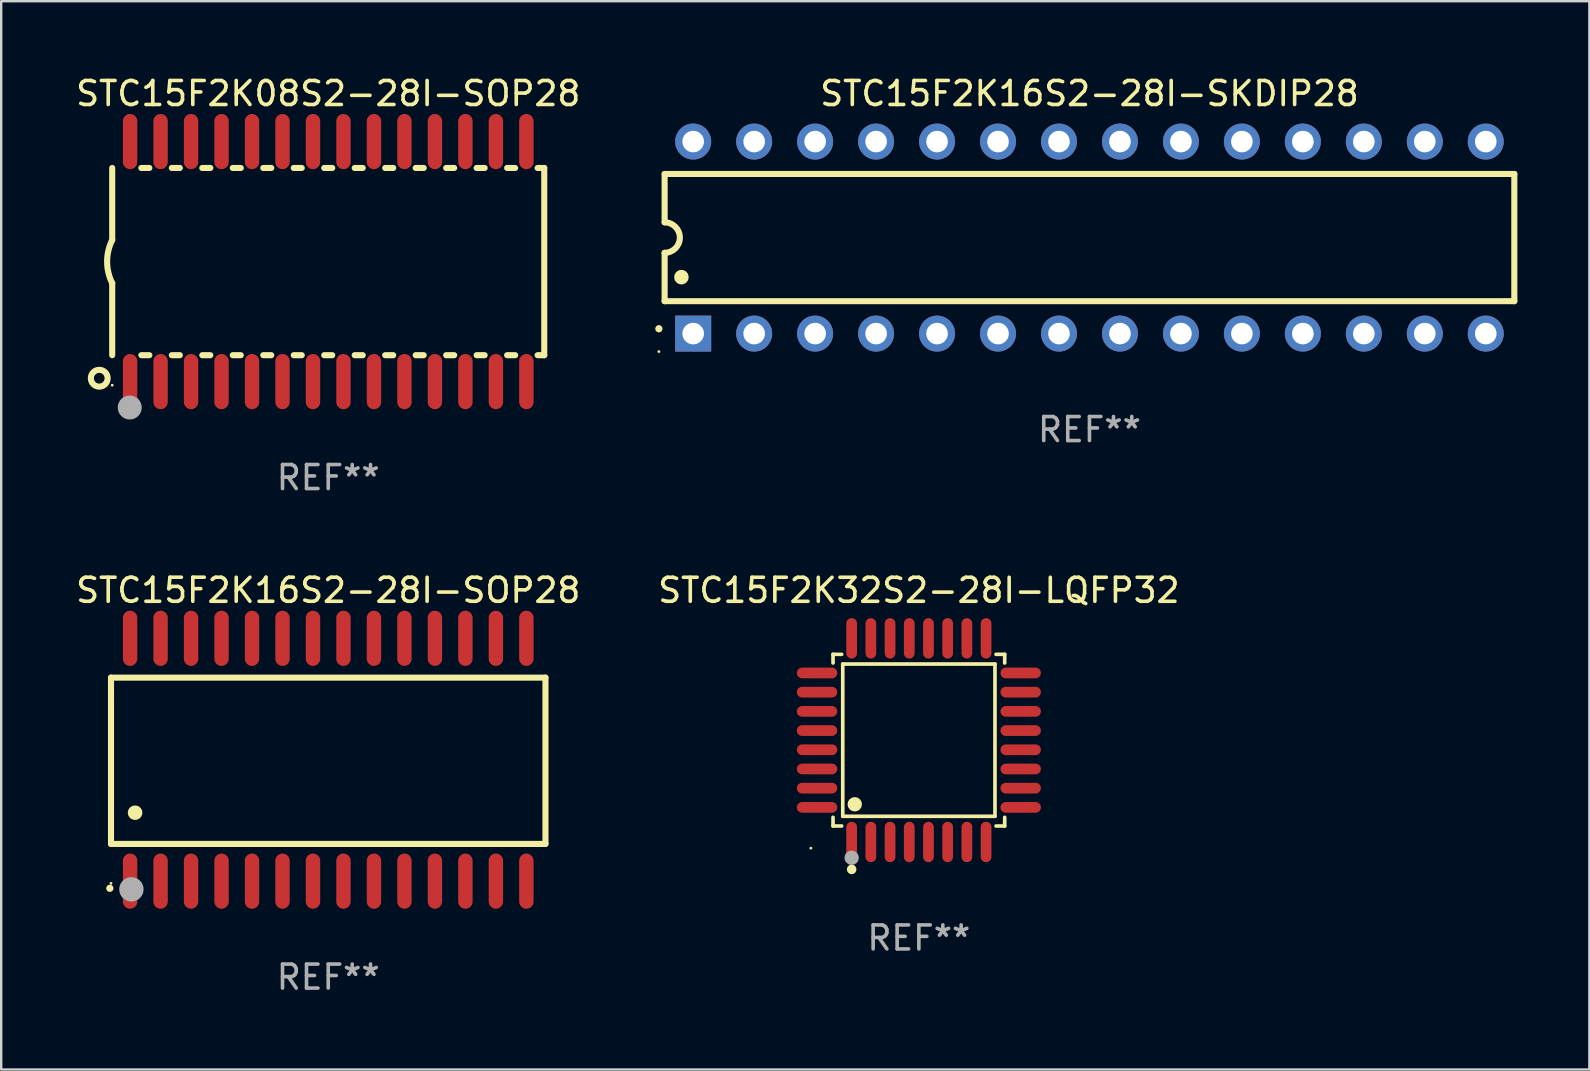
<source format=kicad_pcb>
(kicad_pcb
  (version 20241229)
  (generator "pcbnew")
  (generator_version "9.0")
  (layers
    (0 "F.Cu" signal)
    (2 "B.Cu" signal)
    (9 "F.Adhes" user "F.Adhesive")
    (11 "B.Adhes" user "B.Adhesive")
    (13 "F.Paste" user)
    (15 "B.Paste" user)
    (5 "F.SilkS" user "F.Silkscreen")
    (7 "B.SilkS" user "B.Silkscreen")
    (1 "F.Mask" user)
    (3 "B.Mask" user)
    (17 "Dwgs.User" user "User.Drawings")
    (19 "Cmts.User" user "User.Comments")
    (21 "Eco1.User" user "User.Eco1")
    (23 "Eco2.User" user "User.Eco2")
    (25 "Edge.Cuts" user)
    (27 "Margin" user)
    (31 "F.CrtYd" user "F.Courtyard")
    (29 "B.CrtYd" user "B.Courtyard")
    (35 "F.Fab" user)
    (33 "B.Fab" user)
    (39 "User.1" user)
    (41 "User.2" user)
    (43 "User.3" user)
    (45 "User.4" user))
  (footprint "STC15F2K16S2-28I-SKDIP28"
    (layer "F.Cu")
    (at 42.34 6.848)
    (property "Reference" "STC15F2K16S2-28I-SKDIP28" (at 0 -6 0) (layer "F.SilkS") (effects (font (size 1 1) (thickness 0.15))))
    (attr through_hole)
    (fp_line (start -17.7 -2.65) (end 17.7 -2.65) (stroke (width 0.254) (type solid)) (layer "F.SilkS"))
    (fp_line (start -17.7 -0.635) (end -17.7 -2.65) (stroke (width 0.254) (type solid)) (layer "F.SilkS"))
    (fp_line (start -17.7 2.65) (end -17.7 0.635) (stroke (width 0.254) (type solid)) (layer "F.SilkS"))
    (fp_line (start 17.7 -2.65) (end 17.7 2.65) (stroke (width 0.254) (type solid)) (layer "F.SilkS"))
    (fp_line (start 17.7 2.65) (end -17.7 2.65) (stroke (width 0.254) (type solid)) (layer "F.SilkS"))
    (fp_arc (start -17.940056 3.799848) (mid -17.940061 3.798578) (end -17.940056 3.797308) (stroke (width 0.3) (type solid)) (layer "F.SilkS"))
    (fp_arc (start -17.701295 -0.635001) (mid -17.066294 0) (end -17.701295 0.635001) (stroke (width 0.254001) (type solid)) (layer "F.SilkS"))
    (fp_arc (start -17.000254 1.651003) (mid -17.000265 1.648463) (end -17.000254 1.645923) (stroke (width 0.6) (type solid)) (layer "F.SilkS"))
    (fp_circle (center -17.94 4.75) (end -17.91 4.75) (stroke (width 0.06) (type solid)) (fill no) (layer "F.SilkS"))
    (fp_text user "REF**" (at 0 8 0) (layer "F.Fab") (effects (font (size 1 1) (thickness 0.15))))
    (pad "1" thru_hole rect (at -16.51 4 90) (size 1.5 1.5) (drill 0.9) (layers "*.Cu" "*.Mask"))
    (pad "2" thru_hole circle (at -13.97 4) (size 1.5 1.5) (drill 0.9) (layers "*.Cu" "*.Mask"))
    (pad "3" thru_hole circle (at -11.43 4) (size 1.5 1.5) (drill 0.9) (layers "*.Cu" "*.Mask"))
    (pad "4" thru_hole circle (at -8.89 4) (size 1.5 1.5) (drill 0.9) (layers "*.Cu" "*.Mask"))
    (pad "5" thru_hole circle (at -6.35 4) (size 1.5 1.5) (drill 0.9) (layers "*.Cu" "*.Mask"))
    (pad "6" thru_hole circle (at -3.81 4) (size 1.5 1.5) (drill 0.9) (layers "*.Cu" "*.Mask"))
    (pad "7" thru_hole circle (at -1.27 4) (size 1.5 1.5) (drill 0.9) (layers "*.Cu" "*.Mask"))
    (pad "8" thru_hole circle (at 1.27 4) (size 1.5 1.5) (drill 0.9) (layers "*.Cu" "*.Mask"))
    (pad "9" thru_hole circle (at 3.81 4) (size 1.5 1.5) (drill 0.9) (layers "*.Cu" "*.Mask"))
    (pad "10" thru_hole circle (at 6.35 4) (size 1.5 1.5) (drill 0.9) (layers "*.Cu" "*.Mask"))
    (pad "11" thru_hole circle (at 8.89 4) (size 1.5 1.5) (drill 0.9) (layers "*.Cu" "*.Mask"))
    (pad "12" thru_hole circle (at 11.43 4) (size 1.5 1.5) (drill 0.9) (layers "*.Cu" "*.Mask"))
    (pad "13" thru_hole circle (at 13.97 4) (size 1.5 1.5) (drill 0.9) (layers "*.Cu" "*.Mask"))
    (pad "14" thru_hole circle (at 16.51 4) (size 1.5 1.5) (drill 0.9) (layers "*.Cu" "*.Mask"))
    (pad "15" thru_hole circle (at 16.51 -4) (size 1.5 1.5) (drill 0.9) (layers "*.Cu" "*.Mask"))
    (pad "16" thru_hole circle (at 13.97 -4) (size 1.5 1.5) (drill 0.9) (layers "*.Cu" "*.Mask"))
    (pad "17" thru_hole circle (at 11.43 -4) (size 1.5 1.5) (drill 0.9) (layers "*.Cu" "*.Mask"))
    (pad "18" thru_hole circle (at 8.89 -4) (size 1.5 1.5) (drill 0.9) (layers "*.Cu" "*.Mask"))
    (pad "19" thru_hole circle (at 6.35 -4) (size 1.5 1.5) (drill 0.9) (layers "*.Cu" "*.Mask"))
    (pad "20" thru_hole circle (at 3.81 -4) (size 1.5 1.5) (drill 0.9) (layers "*.Cu" "*.Mask"))
    (pad "21" thru_hole circle (at 1.27 -4) (size 1.5 1.5) (drill 0.9) (layers "*.Cu" "*.Mask"))
    (pad "22" thru_hole circle (at -1.27 -4) (size 1.5 1.5) (drill 0.9) (layers "*.Cu" "*.Mask"))
    (pad "23" thru_hole circle (at -3.81 -4) (size 1.5 1.5) (drill 0.9) (layers "*.Cu" "*.Mask"))
    (pad "24" thru_hole circle (at -6.35 -4) (size 1.5 1.5) (drill 0.9) (layers "*.Cu" "*.Mask"))
    (pad "25" thru_hole circle (at -8.89 -4) (size 1.5 1.5) (drill 0.9) (layers "*.Cu" "*.Mask"))
    (pad "26" thru_hole circle (at -11.43 -4) (size 1.5 1.5) (drill 0.9) (layers "*.Cu" "*.Mask"))
    (pad "27" thru_hole circle (at -13.97 -4) (size 1.5 1.5) (drill 0.9) (layers "*.Cu" "*.Mask"))
    (pad "28" thru_hole circle (at -16.51 -4) (size 1.5 1.5) (drill 0.9) (layers "*.Cu" "*.Mask")))
  (footprint "STC15F2K08S2-28I-SOP28"
    (layer "F.Cu")
    (at 10.625 7.848)
    (property "Reference" "STC15F2K08S2-28I-SOP28" (at 0 -7 0) (layer "F.SilkS") (effects (font (size 1 1) (thickness 0.15))))
    (attr through_hole)
    (fp_line (start -9 -3.9) (end -9 -0.9) (stroke (width 0.254) (type solid)) (layer "F.SilkS"))
    (fp_line (start -9 3.9) (end -9 0.9) (stroke (width 0.254) (type solid)) (layer "F.SilkS"))
    (fp_line (start -7.787 -3.9) (end -7.453 -3.9) (stroke (width 0.254) (type solid)) (layer "F.SilkS"))
    (fp_line (start -7.787 3.9) (end -7.453 3.9) (stroke (width 0.254) (type solid)) (layer "F.SilkS"))
    (fp_line (start -6.517 3.9) (end -6.183 3.9) (stroke (width 0.254) (type solid)) (layer "F.SilkS"))
    (fp_line (start -6.517 -3.9) (end -6.183 -3.9) (stroke (width 0.254) (type solid)) (layer "F.SilkS"))
    (fp_line (start -5.247 3.9) (end -4.913 3.9) (stroke (width 0.254) (type solid)) (layer "F.SilkS"))
    (fp_line (start -5.247 -3.9) (end -4.913 -3.9) (stroke (width 0.254) (type solid)) (layer "F.SilkS"))
    (fp_line (start -3.977 3.9) (end -3.643 3.9) (stroke (width 0.254) (type solid)) (layer "F.SilkS"))
    (fp_line (start -3.977 -3.9) (end -3.643 -3.9) (stroke (width 0.254) (type solid)) (layer "F.SilkS"))
    (fp_line (start -2.707 3.9) (end -2.373 3.9) (stroke (width 0.254) (type solid)) (layer "F.SilkS"))
    (fp_line (start -2.707 -3.9) (end -2.373 -3.9) (stroke (width 0.254) (type solid)) (layer "F.SilkS"))
    (fp_line (start -1.437 3.9) (end -1.103 3.9) (stroke (width 0.254) (type solid)) (layer "F.SilkS"))
    (fp_line (start -1.437 -3.9) (end -1.103 -3.9) (stroke (width 0.254) (type solid)) (layer "F.SilkS"))
    (fp_line (start -0.167 3.9) (end 0.167 3.9) (stroke (width 0.254) (type solid)) (layer "F.SilkS"))
    (fp_line (start -0.167 -3.9) (end 0.167 -3.9) (stroke (width 0.254) (type solid)) (layer "F.SilkS"))
    (fp_line (start 1.103 3.9) (end 1.437 3.9) (stroke (width 0.254) (type solid)) (layer "F.SilkS"))
    (fp_line (start 1.103 -3.9) (end 1.437 -3.9) (stroke (width 0.254) (type solid)) (layer "F.SilkS"))
    (fp_line (start 2.373 3.9) (end 2.707 3.9) (stroke (width 0.254) (type solid)) (layer "F.SilkS"))
    (fp_line (start 2.373 -3.9) (end 2.707 -3.9) (stroke (width 0.254) (type solid)) (layer "F.SilkS"))
    (fp_line (start 3.643 3.9) (end 3.977 3.9) (stroke (width 0.254) (type solid)) (layer "F.SilkS"))
    (fp_line (start 3.643 -3.9) (end 3.977 -3.9) (stroke (width 0.254) (type solid)) (layer "F.SilkS"))
    (fp_line (start 4.913 3.9) (end 5.247 3.9) (stroke (width 0.254) (type solid)) (layer "F.SilkS"))
    (fp_line (start 4.913 -3.9) (end 5.247 -3.9) (stroke (width 0.254) (type solid)) (layer "F.SilkS"))
    (fp_line (start 6.183 3.9) (end 6.517 3.9) (stroke (width 0.254) (type solid)) (layer "F.SilkS"))
    (fp_line (start 6.183 -3.9) (end 6.517 -3.9) (stroke (width 0.254) (type solid)) (layer "F.SilkS"))
    (fp_line (start 7.453 -3.9) (end 7.787 -3.9) (stroke (width 0.254) (type solid)) (layer "F.SilkS"))
    (fp_line (start 7.453 3.9) (end 7.787 3.9) (stroke (width 0.254) (type solid)) (layer "F.SilkS"))
    (fp_line (start 8.723 -3.9) (end 8.8 -3.9) (stroke (width 0.254) (type solid)) (layer "F.SilkS"))
    (fp_line (start 8.723 3.9) (end 9 3.9) (stroke (width 0.254) (type solid)) (layer "F.SilkS"))
    (fp_line (start 8.8 -3.9) (end 9 -3.9) (stroke (width 0.254) (type solid)) (layer "F.SilkS"))
    (fp_line (start 9 -3.9) (end 9 3.9) (stroke (width 0.254) (type solid)) (layer "F.SilkS"))
    (fp_arc (start -8.999606 0.900432) (mid -9.212 0.000246) (end -8.99986 -0.9) (stroke (width 0.254001) (type solid)) (layer "F.SilkS"))
    (fp_circle (center -9.54 4.86) (end -9.19 4.86) (stroke (width 0.254) (type solid)) (fill no) (layer "F.SilkS"))
    (fp_circle (center -9 5.15) (end -8.97 5.15) (stroke (width 0.06) (type solid)) (fill no) (layer "F.SilkS"))
    (fp_circle (center -8.27 6.08) (end -8.02 6.08) (stroke (width 0.5) (type solid)) (fill no) (layer "F.Fab"))
    (fp_text user "REF**" (at 0 9 0) (layer "F.Fab") (effects (font (size 1 1) (thickness 0.15))))
    (pad "1" smd oval (at -8.255 5) (size 0.6 2.3) (layers "F.Cu" "F.Mask" "F.Paste"))
    (pad "2" smd oval (at -6.985 5) (size 0.6 2.3) (layers "F.Cu" "F.Mask" "F.Paste"))
    (pad "3" smd oval (at -5.715 5) (size 0.6 2.3) (layers "F.Cu" "F.Mask" "F.Paste"))
    (pad "4" smd oval (at -4.445 5) (size 0.6 2.3) (layers "F.Cu" "F.Mask" "F.Paste"))
    (pad "5" smd oval (at -3.175 5) (size 0.6 2.3) (layers "F.Cu" "F.Mask" "F.Paste"))
    (pad "6" smd oval (at -1.905 5) (size 0.6 2.3) (layers "F.Cu" "F.Mask" "F.Paste"))
    (pad "7" smd oval (at -0.635 5) (size 0.6 2.3) (layers "F.Cu" "F.Mask" "F.Paste"))
    (pad "8" smd oval (at 0.635 5) (size 0.6 2.3) (layers "F.Cu" "F.Mask" "F.Paste"))
    (pad "9" smd oval (at 1.905 5) (size 0.6 2.3) (layers "F.Cu" "F.Mask" "F.Paste"))
    (pad "10" smd oval (at 3.175 5) (size 0.6 2.3) (layers "F.Cu" "F.Mask" "F.Paste"))
    (pad "11" smd oval (at 4.445 5) (size 0.6 2.3) (layers "F.Cu" "F.Mask" "F.Paste"))
    (pad "12" smd oval (at 5.715 5) (size 0.6 2.3) (layers "F.Cu" "F.Mask" "F.Paste"))
    (pad "13" smd oval (at 6.985 5) (size 0.6 2.3) (layers "F.Cu" "F.Mask" "F.Paste"))
    (pad "14" smd oval (at 8.255 5) (size 0.6 2.3) (layers "F.Cu" "F.Mask" "F.Paste"))
    (pad "15" smd oval (at 8.255 -5) (size 0.6 2.3) (layers "F.Cu" "F.Mask" "F.Paste"))
    (pad "16" smd oval (at 6.985 -5) (size 0.6 2.3) (layers "F.Cu" "F.Mask" "F.Paste"))
    (pad "17" smd oval (at 5.715 -5) (size 0.6 2.3) (layers "F.Cu" "F.Mask" "F.Paste"))
    (pad "18" smd oval (at 4.445 -5) (size 0.6 2.3) (layers "F.Cu" "F.Mask" "F.Paste"))
    (pad "19" smd oval (at 3.175 -5) (size 0.6 2.3) (layers "F.Cu" "F.Mask" "F.Paste"))
    (pad "20" smd oval (at 1.905 -5) (size 0.6 2.3) (layers "F.Cu" "F.Mask" "F.Paste"))
    (pad "21" smd oval (at 0.635 -5) (size 0.6 2.3) (layers "F.Cu" "F.Mask" "F.Paste"))
    (pad "22" smd oval (at -0.635 -5) (size 0.6 2.3) (layers "F.Cu" "F.Mask" "F.Paste"))
    (pad "23" smd oval (at -1.905 -5) (size 0.6 2.3) (layers "F.Cu" "F.Mask" "F.Paste"))
    (pad "24" smd oval (at -3.175 -5) (size 0.6 2.3) (layers "F.Cu" "F.Mask" "F.Paste"))
    (pad "25" smd oval (at -4.445 -5) (size 0.6 2.3) (layers "F.Cu" "F.Mask" "F.Paste"))
    (pad "26" smd oval (at -5.715 -5) (size 0.6 2.3) (layers "F.Cu" "F.Mask" "F.Paste"))
    (pad "27" smd oval (at -6.985 -5) (size 0.6 2.3) (layers "F.Cu" "F.Mask" "F.Paste"))
    (pad "28" smd oval (at -8.255 -5) (size 0.6 2.3) (layers "F.Cu" "F.Mask" "F.Paste")))
  (footprint "STC15F2K16S2-28I-SOP28"
    (layer "F.Cu")
    (at 10.625 28.602)
    (property "Reference" "STC15F2K16S2-28I-SOP28" (at 0 -7.058 0) (layer "F.SilkS") (effects (font (size 1 1) (thickness 0.15))))
    (attr through_hole)
    (fp_line (start -9.05 -3.42) (end 9.05 -3.42) (stroke (width 0.254) (type solid)) (layer "F.SilkS"))
    (fp_line (start -9.05 -2.492) (end -9.05 -3.42) (stroke (width 0.254) (type solid)) (layer "F.SilkS"))
    (fp_line (start -9.05 3.508) (end -9.05 -2.492) (stroke (width 0.254) (type solid)) (layer "F.SilkS"))
    (fp_line (start 9.05 -3.42) (end 9.05 3.508) (stroke (width 0.254) (type solid)) (layer "F.SilkS"))
    (fp_line (start 9.05 3.508) (end -9.05 3.508) (stroke (width 0.254) (type solid)) (layer "F.SilkS"))
    (fp_arc (start -9.100838 5.35649) (mid -9.099568 5.356485) (end -9.098298 5.35649) (stroke (width 0.3) (type solid)) (layer "F.SilkS"))
    (fp_arc (start -8.049276 2.206883) (mid -8.046736 2.206872) (end -8.044196 2.206883) (stroke (width 0.6) (type solid)) (layer "F.SilkS"))
    (fp_circle (center -9.05 5.15) (end -9.02 5.15) (stroke (width 0.06) (type solid)) (fill no) (layer "F.SilkS"))
    (fp_circle (center -8.2 5.4) (end -7.946 5.4) (stroke (width 0.508) (type solid)) (fill no) (layer "F.Fab"))
    (fp_text user "REF**" (at 0 9.058 0) (layer "F.Fab") (effects (font (size 1 1) (thickness 0.15))))
    (pad "1" smd oval (at -8.255 5.058 180) (size 0.6 2.3) (layers "F.Cu" "F.Mask" "F.Paste"))
    (pad "2" smd oval (at -6.985 5.058 180) (size 0.6 2.3) (layers "F.Cu" "F.Mask" "F.Paste"))
    (pad "3" smd oval (at -5.715 5.058 180) (size 0.6 2.3) (layers "F.Cu" "F.Mask" "F.Paste"))
    (pad "4" smd oval (at -4.445 5.058 180) (size 0.6 2.3) (layers "F.Cu" "F.Mask" "F.Paste"))
    (pad "5" smd oval (at -3.175 5.058 180) (size 0.6 2.3) (layers "F.Cu" "F.Mask" "F.Paste"))
    (pad "6" smd oval (at -1.905 5.058 180) (size 0.6 2.3) (layers "F.Cu" "F.Mask" "F.Paste"))
    (pad "7" smd oval (at -0.635 5.058 180) (size 0.6 2.3) (layers "F.Cu" "F.Mask" "F.Paste"))
    (pad "8" smd oval (at 0.635 5.058 180) (size 0.6 2.3) (layers "F.Cu" "F.Mask" "F.Paste"))
    (pad "9" smd oval (at 1.905 5.058 180) (size 0.6 2.3) (layers "F.Cu" "F.Mask" "F.Paste"))
    (pad "10" smd oval (at 3.175 5.058 180) (size 0.6 2.3) (layers "F.Cu" "F.Mask" "F.Paste"))
    (pad "11" smd oval (at 4.445 5.058 180) (size 0.6 2.3) (layers "F.Cu" "F.Mask" "F.Paste"))
    (pad "12" smd oval (at 5.715 5.058 180) (size 0.6 2.3) (layers "F.Cu" "F.Mask" "F.Paste"))
    (pad "13" smd oval (at 6.985 5.058 180) (size 0.6 2.3) (layers "F.Cu" "F.Mask" "F.Paste"))
    (pad "14" smd oval (at 8.255 5.058 180) (size 0.6 2.3) (layers "F.Cu" "F.Mask" "F.Paste"))
    (pad "15" smd oval (at 8.255 -5.058 180) (size 0.6 2.3) (layers "F.Cu" "F.Mask" "F.Paste"))
    (pad "16" smd oval (at 6.985 -5.058 180) (size 0.6 2.3) (layers "F.Cu" "F.Mask" "F.Paste"))
    (pad "17" smd oval (at 5.715 -5.058 180) (size 0.6 2.3) (layers "F.Cu" "F.Mask" "F.Paste"))
    (pad "18" smd oval (at 4.445 -5.058 180) (size 0.6 2.3) (layers "F.Cu" "F.Mask" "F.Paste"))
    (pad "19" smd oval (at 3.175 -5.058 180) (size 0.6 2.3) (layers "F.Cu" "F.Mask" "F.Paste"))
    (pad "20" smd oval (at 1.905 -5.058 180) (size 0.6 2.3) (layers "F.Cu" "F.Mask" "F.Paste"))
    (pad "21" smd oval (at 0.635 -5.058 180) (size 0.6 2.3) (layers "F.Cu" "F.Mask" "F.Paste"))
    (pad "22" smd oval (at -0.635 -5.058 180) (size 0.6 2.3) (layers "F.Cu" "F.Mask" "F.Paste"))
    (pad "23" smd oval (at -1.905 -5.058 180) (size 0.6 2.3) (layers "F.Cu" "F.Mask" "F.Paste"))
    (pad "24" smd oval (at -3.175 -5.058 180) (size 0.6 2.3) (layers "F.Cu" "F.Mask" "F.Paste"))
    (pad "25" smd oval (at -4.445 -5.058 180) (size 0.6 2.3) (layers "F.Cu" "F.Mask" "F.Paste"))
    (pad "26" smd oval (at -5.715 -5.058 180) (size 0.6 2.3) (layers "F.Cu" "F.Mask" "F.Paste"))
    (pad "27" smd oval (at -6.985 -5.058 180) (size 0.6 2.3) (layers "F.Cu" "F.Mask" "F.Paste"))
    (pad "28" smd oval (at -8.255 -5.058 180) (size 0.6 2.3) (layers "F.Cu" "F.Mask" "F.Paste")))
  (footprint "STC15F2K32S2-28I-LQFP32"
    (layer "F.Cu")
    (at 35.232 27.787)
    (property "Reference" "STC15F2K32S2-28I-LQFP32" (at 0 -6.242 0) (layer "F.SilkS") (effects (font (size 1 1) (thickness 0.15))))
    (attr through_hole)
    (fp_line (start -3.576 -3.576) (end -3.215 -3.576) (stroke (width 0.152) (type solid)) (layer "F.SilkS"))
    (fp_line (start -3.576 -3.215) (end -3.576 -3.576) (stroke (width 0.152) (type solid)) (layer "F.SilkS"))
    (fp_line (start -3.576 3.215) (end -3.576 3.576) (stroke (width 0.152) (type solid)) (layer "F.SilkS"))
    (fp_line (start -3.576 3.576) (end -3.215 3.576) (stroke (width 0.152) (type solid)) (layer "F.SilkS"))
    (fp_line (start -3.171 -3.171) (end 3.171 -3.171) (stroke (width 0.152) (type solid)) (layer "F.SilkS"))
    (fp_line (start -3.171 3.171) (end -3.171 -3.171) (stroke (width 0.152) (type solid)) (layer "F.SilkS"))
    (fp_line (start 3.171 -3.171) (end 3.171 3.171) (stroke (width 0.152) (type solid)) (layer "F.SilkS"))
    (fp_line (start 3.171 3.171) (end -3.171 3.171) (stroke (width 0.152) (type solid)) (layer "F.SilkS"))
    (fp_line (start 3.576 -3.576) (end 3.215 -3.576) (stroke (width 0.152) (type solid)) (layer "F.SilkS"))
    (fp_line (start 3.576 -3.215) (end 3.576 -3.576) (stroke (width 0.152) (type solid)) (layer "F.SilkS"))
    (fp_line (start 3.576 3.215) (end 3.576 3.576) (stroke (width 0.152) (type solid)) (layer "F.SilkS"))
    (fp_line (start 3.576 3.576) (end 3.215 3.576) (stroke (width 0.152) (type solid)) (layer "F.SilkS"))
    (fp_circle (center -4.5 4.5) (end -4.47 4.5) (stroke (width 0.06) (type solid)) (fill no) (layer "F.SilkS"))
    (fp_circle (center -2.8 5.384) (end -2.7 5.384) (stroke (width 0.2) (type solid)) (fill no) (layer "F.SilkS"))
    (fp_circle (center -2.671 2.671) (end -2.521 2.671) (stroke (width 0.3) (type solid)) (fill no) (layer "F.SilkS"))
    (fp_circle (center -2.8 4.9) (end -2.65 4.9) (stroke (width 0.3) (type solid)) (fill no) (layer "F.Fab"))
    (fp_text user "REF**" (at 0 8.242 0) (layer "F.Fab") (effects (font (size 1 1) (thickness 0.15))))
    (pad "1" smd oval (at -2.8 4.242) (size 0.448 1.684) (layers "F.Cu" "F.Mask" "F.Paste"))
    (pad "2" smd oval (at -2 4.242) (size 0.448 1.684) (layers "F.Cu" "F.Mask" "F.Paste"))
    (pad "3" smd oval (at -1.2 4.242) (size 0.448 1.684) (layers "F.Cu" "F.Mask" "F.Paste"))
    (pad "4" smd oval (at -0.4 4.242) (size 0.448 1.684) (layers "F.Cu" "F.Mask" "F.Paste"))
    (pad "5" smd oval (at 0.4 4.242) (size 0.448 1.684) (layers "F.Cu" "F.Mask" "F.Paste"))
    (pad "6" smd oval (at 1.2 4.242) (size 0.448 1.684) (layers "F.Cu" "F.Mask" "F.Paste"))
    (pad "7" smd oval (at 2 4.242) (size 0.448 1.684) (layers "F.Cu" "F.Mask" "F.Paste"))
    (pad "8" smd oval (at 2.8 4.242) (size 0.448 1.684) (layers "F.Cu" "F.Mask" "F.Paste"))
    (pad "9" smd oval (at 4.242 2.8) (size 1.684 0.448) (layers "F.Cu" "F.Mask" "F.Paste"))
    (pad "10" smd oval (at 4.242 2) (size 1.684 0.448) (layers "F.Cu" "F.Mask" "F.Paste"))
    (pad "11" smd oval (at 4.242 1.2) (size 1.684 0.448) (layers "F.Cu" "F.Mask" "F.Paste"))
    (pad "12" smd oval (at 4.242 0.4) (size 1.684 0.448) (layers "F.Cu" "F.Mask" "F.Paste"))
    (pad "13" smd oval (at 4.242 -0.4) (size 1.684 0.448) (layers "F.Cu" "F.Mask" "F.Paste"))
    (pad "14" smd oval (at 4.242 -1.2) (size 1.684 0.448) (layers "F.Cu" "F.Mask" "F.Paste"))
    (pad "15" smd oval (at 4.242 -2) (size 1.684 0.448) (layers "F.Cu" "F.Mask" "F.Paste"))
    (pad "16" smd oval (at 4.242 -2.8) (size 1.684 0.448) (layers "F.Cu" "F.Mask" "F.Paste"))
    (pad "17" smd oval (at 2.8 -4.242) (size 0.448 1.684) (layers "F.Cu" "F.Mask" "F.Paste"))
    (pad "18" smd oval (at 2 -4.242) (size 0.448 1.684) (layers "F.Cu" "F.Mask" "F.Paste"))
    (pad "19" smd oval (at 1.2 -4.242) (size 0.448 1.684) (layers "F.Cu" "F.Mask" "F.Paste"))
    (pad "20" smd oval (at 0.4 -4.242) (size 0.448 1.684) (layers "F.Cu" "F.Mask" "F.Paste"))
    (pad "21" smd oval (at -0.4 -4.242) (size 0.448 1.684) (layers "F.Cu" "F.Mask" "F.Paste"))
    (pad "22" smd oval (at -1.2 -4.242) (size 0.448 1.684) (layers "F.Cu" "F.Mask" "F.Paste"))
    (pad "23" smd oval (at -2 -4.242) (size 0.448 1.684) (layers "F.Cu" "F.Mask" "F.Paste"))
    (pad "24" smd oval (at -2.8 -4.242) (size 0.448 1.684) (layers "F.Cu" "F.Mask" "F.Paste"))
    (pad "25" smd oval (at -4.242 -2.8) (size 1.684 0.448) (layers "F.Cu" "F.Mask" "F.Paste"))
    (pad "26" smd oval (at -4.242 -2) (size 1.684 0.448) (layers "F.Cu" "F.Mask" "F.Paste"))
    (pad "27" smd oval (at -4.242 -1.2) (size 1.684 0.448) (layers "F.Cu" "F.Mask" "F.Paste"))
    (pad "28" smd oval (at -4.242 -0.4) (size 1.684 0.448) (layers "F.Cu" "F.Mask" "F.Paste"))
    (pad "29" smd oval (at -4.242 0.4) (size 1.684 0.448) (layers "F.Cu" "F.Mask" "F.Paste"))
    (pad "30" smd oval (at -4.242 1.2) (size 1.684 0.448) (layers "F.Cu" "F.Mask" "F.Paste"))
    (pad "31" smd oval (at -4.242 2) (size 1.684 0.448) (layers "F.Cu" "F.Mask" "F.Paste"))
    (pad "32" smd oval (at -4.242 2.8) (size 1.684 0.448) (layers "F.Cu" "F.Mask" "F.Paste")))
  (gr_rect
    (start -3 -3)
    (end 63.167 41.508)
    (stroke (width 0.1) (type default))
    (fill no)
    (layer "Edge.Cuts")))
</source>
